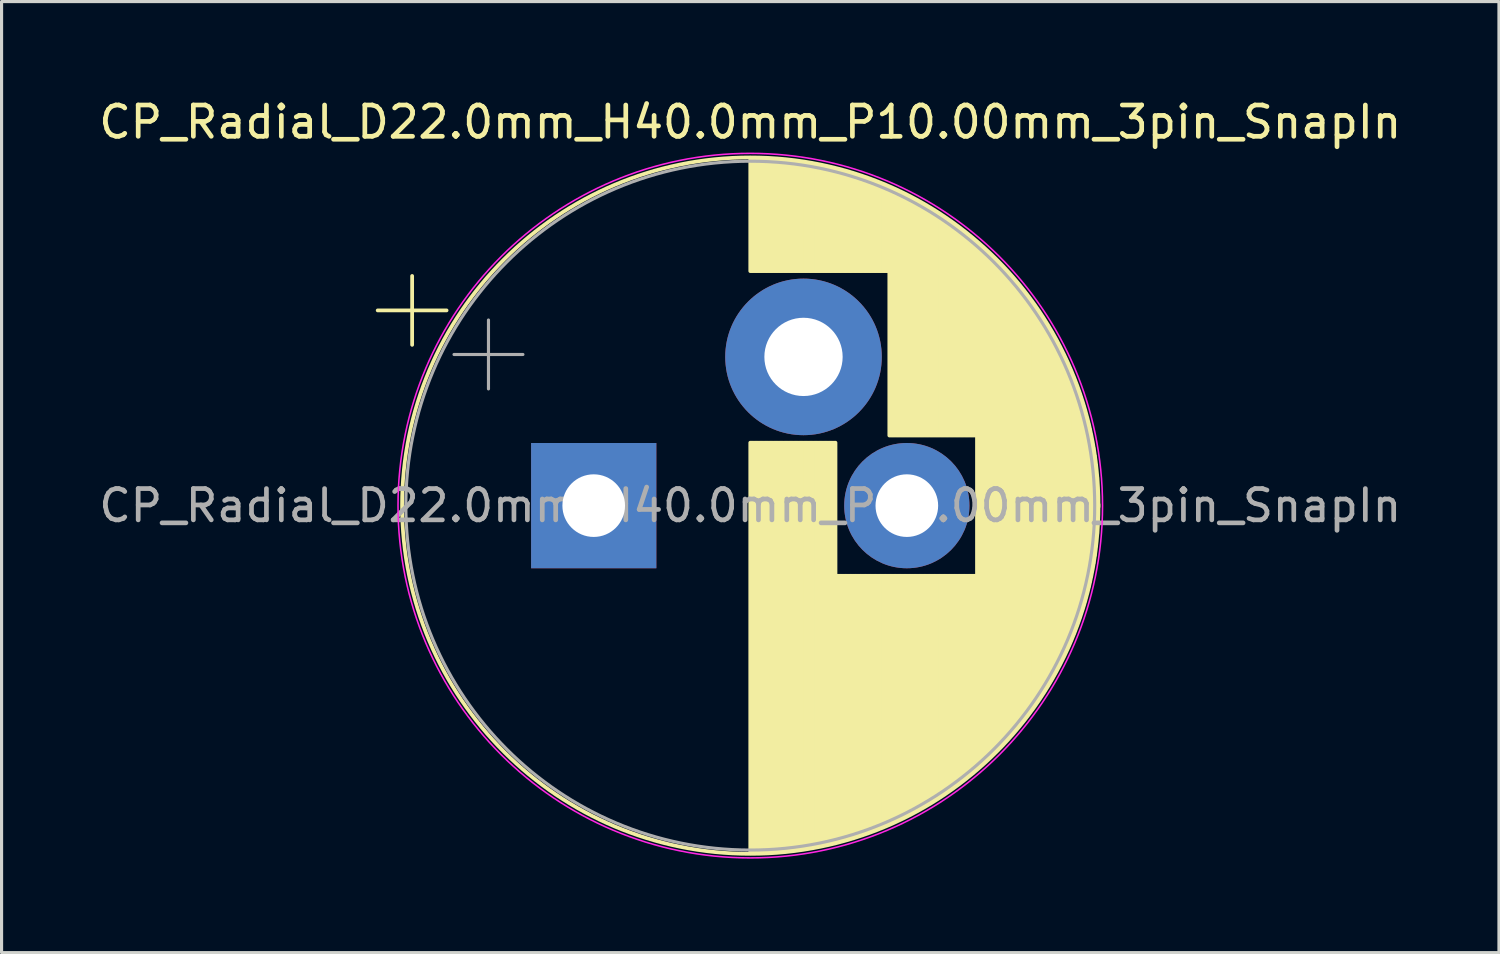
<source format=kicad_pcb>
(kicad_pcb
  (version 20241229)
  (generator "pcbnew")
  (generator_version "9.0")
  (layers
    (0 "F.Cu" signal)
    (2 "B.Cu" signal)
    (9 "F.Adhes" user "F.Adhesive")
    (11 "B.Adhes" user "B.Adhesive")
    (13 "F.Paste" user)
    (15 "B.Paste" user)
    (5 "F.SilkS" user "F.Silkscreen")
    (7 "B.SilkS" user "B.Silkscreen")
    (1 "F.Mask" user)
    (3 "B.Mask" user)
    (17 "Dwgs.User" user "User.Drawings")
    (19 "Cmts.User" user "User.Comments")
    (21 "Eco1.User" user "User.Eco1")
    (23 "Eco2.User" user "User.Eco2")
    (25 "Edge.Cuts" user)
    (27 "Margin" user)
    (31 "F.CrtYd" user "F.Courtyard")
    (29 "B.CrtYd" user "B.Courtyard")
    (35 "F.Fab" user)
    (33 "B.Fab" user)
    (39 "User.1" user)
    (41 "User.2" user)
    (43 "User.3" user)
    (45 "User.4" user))
  (footprint "CP_Radial_D22.0mm_H40.0mm_P10.00mm_3pin_SnapIn"
    (layer "F.Cu")
    (at 15.911 13.098)
    (property "Reference" "CP_Radial_D22.0mm_H40.0mm_P10.00mm_3pin_SnapIn" (at 5 -12.25 0) (layer "F.SilkS") (effects (font (size 1 1) (thickness 0.15))))
    (attr through_hole)
    (fp_line (start -6.899 -6.235) (end -4.699 -6.235) (stroke (width 0.12) (type solid)) (layer "F.SilkS"))
    (fp_line (start -5.799 -7.335) (end -5.799 -5.135) (stroke (width 0.12) (type solid)) (layer "F.SilkS"))
    (fp_line (start 5 -11.081) (end 5 -7.49) (stroke (width 0.12) (type solid)) (layer "F.SilkS"))
    (fp_line (start 5 -2.01) (end 5 11.081) (stroke (width 0.12) (type solid)) (layer "F.SilkS"))
    (fp_line (start 5.04 -11.08) (end 5.04 -7.49) (stroke (width 0.12) (type solid)) (layer "F.SilkS"))
    (fp_line (start 5.04 -2.01) (end 5.04 11.08) (stroke (width 0.12) (type solid)) (layer "F.SilkS"))
    (fp_line (start 5.08 -11.08) (end 5.08 -7.49) (stroke (width 0.12) (type solid)) (layer "F.SilkS"))
    (fp_line (start 5.08 -2.01) (end 5.08 11.08) (stroke (width 0.12) (type solid)) (layer "F.SilkS"))
    (fp_line (start 5.12 -11.08) (end 5.12 -7.49) (stroke (width 0.12) (type solid)) (layer "F.SilkS"))
    (fp_line (start 5.12 -2.01) (end 5.12 11.08) (stroke (width 0.12) (type solid)) (layer "F.SilkS"))
    (fp_line (start 5.16 -11.079) (end 5.16 -7.49) (stroke (width 0.12) (type solid)) (layer "F.SilkS"))
    (fp_line (start 5.16 -2.01) (end 5.16 11.079) (stroke (width 0.12) (type solid)) (layer "F.SilkS"))
    (fp_line (start 5.2 -11.079) (end 5.2 -7.49) (stroke (width 0.12) (type solid)) (layer "F.SilkS"))
    (fp_line (start 5.2 -2.01) (end 5.2 11.079) (stroke (width 0.12) (type solid)) (layer "F.SilkS"))
    (fp_line (start 5.24 -11.078) (end 5.24 -7.49) (stroke (width 0.12) (type solid)) (layer "F.SilkS"))
    (fp_line (start 5.24 -2.01) (end 5.24 11.078) (stroke (width 0.12) (type solid)) (layer "F.SilkS"))
    (fp_line (start 5.28 -11.077) (end 5.28 -7.49) (stroke (width 0.12) (type solid)) (layer "F.SilkS"))
    (fp_line (start 5.28 -2.01) (end 5.28 11.077) (stroke (width 0.12) (type solid)) (layer "F.SilkS"))
    (fp_line (start 5.32 -11.076) (end 5.32 -7.49) (stroke (width 0.12) (type solid)) (layer "F.SilkS"))
    (fp_line (start 5.32 -2.01) (end 5.32 11.076) (stroke (width 0.12) (type solid)) (layer "F.SilkS"))
    (fp_line (start 5.36 -11.075) (end 5.36 -7.49) (stroke (width 0.12) (type solid)) (layer "F.SilkS"))
    (fp_line (start 5.36 -2.01) (end 5.36 11.075) (stroke (width 0.12) (type solid)) (layer "F.SilkS"))
    (fp_line (start 5.4 -11.073) (end 5.4 -7.49) (stroke (width 0.12) (type solid)) (layer "F.SilkS"))
    (fp_line (start 5.4 -2.01) (end 5.4 11.073) (stroke (width 0.12) (type solid)) (layer "F.SilkS"))
    (fp_line (start 5.44 -11.072) (end 5.44 -7.49) (stroke (width 0.12) (type solid)) (layer "F.SilkS"))
    (fp_line (start 5.44 -2.01) (end 5.44 11.072) (stroke (width 0.12) (type solid)) (layer "F.SilkS"))
    (fp_line (start 5.48 -11.07) (end 5.48 -7.49) (stroke (width 0.12) (type solid)) (layer "F.SilkS"))
    (fp_line (start 5.48 -2.01) (end 5.48 11.07) (stroke (width 0.12) (type solid)) (layer "F.SilkS"))
    (fp_line (start 5.52 -11.068) (end 5.52 -7.49) (stroke (width 0.12) (type solid)) (layer "F.SilkS"))
    (fp_line (start 5.52 -2.01) (end 5.52 11.068) (stroke (width 0.12) (type solid)) (layer "F.SilkS"))
    (fp_line (start 5.56 -11.066) (end 5.56 -7.49) (stroke (width 0.12) (type solid)) (layer "F.SilkS"))
    (fp_line (start 5.56 -2.01) (end 5.56 11.066) (stroke (width 0.12) (type solid)) (layer "F.SilkS"))
    (fp_line (start 5.6 -11.064) (end 5.6 -7.49) (stroke (width 0.12) (type solid)) (layer "F.SilkS"))
    (fp_line (start 5.6 -2.01) (end 5.6 11.064) (stroke (width 0.12) (type solid)) (layer "F.SilkS"))
    (fp_line (start 5.64 -11.062) (end 5.64 -7.49) (stroke (width 0.12) (type solid)) (layer "F.SilkS"))
    (fp_line (start 5.64 -2.01) (end 5.64 11.062) (stroke (width 0.12) (type solid)) (layer "F.SilkS"))
    (fp_line (start 5.68 -11.06) (end 5.68 -7.49) (stroke (width 0.12) (type solid)) (layer "F.SilkS"))
    (fp_line (start 5.68 -2.01) (end 5.68 11.06) (stroke (width 0.12) (type solid)) (layer "F.SilkS"))
    (fp_line (start 5.721 -11.057) (end 5.721 -7.49) (stroke (width 0.12) (type solid)) (layer "F.SilkS"))
    (fp_line (start 5.721 -2.01) (end 5.721 11.057) (stroke (width 0.12) (type solid)) (layer "F.SilkS"))
    (fp_line (start 5.761 -11.054) (end 5.761 -7.49) (stroke (width 0.12) (type solid)) (layer "F.SilkS"))
    (fp_line (start 5.761 -2.01) (end 5.761 11.054) (stroke (width 0.12) (type solid)) (layer "F.SilkS"))
    (fp_line (start 5.801 -11.052) (end 5.801 -7.49) (stroke (width 0.12) (type solid)) (layer "F.SilkS"))
    (fp_line (start 5.801 -2.01) (end 5.801 11.052) (stroke (width 0.12) (type solid)) (layer "F.SilkS"))
    (fp_line (start 5.841 -11.049) (end 5.841 -7.49) (stroke (width 0.12) (type solid)) (layer "F.SilkS"))
    (fp_line (start 5.841 -2.01) (end 5.841 11.049) (stroke (width 0.12) (type solid)) (layer "F.SilkS"))
    (fp_line (start 5.881 -11.046) (end 5.881 -7.49) (stroke (width 0.12) (type solid)) (layer "F.SilkS"))
    (fp_line (start 5.881 -2.01) (end 5.881 11.046) (stroke (width 0.12) (type solid)) (layer "F.SilkS"))
    (fp_line (start 5.921 -11.042) (end 5.921 -7.49) (stroke (width 0.12) (type solid)) (layer "F.SilkS"))
    (fp_line (start 5.921 -2.01) (end 5.921 11.042) (stroke (width 0.12) (type solid)) (layer "F.SilkS"))
    (fp_line (start 5.961 -11.039) (end 5.961 -7.49) (stroke (width 0.12) (type solid)) (layer "F.SilkS"))
    (fp_line (start 5.961 -2.01) (end 5.961 11.039) (stroke (width 0.12) (type solid)) (layer "F.SilkS"))
    (fp_line (start 6.001 -11.035) (end 6.001 -7.49) (stroke (width 0.12) (type solid)) (layer "F.SilkS"))
    (fp_line (start 6.001 -2.01) (end 6.001 11.035) (stroke (width 0.12) (type solid)) (layer "F.SilkS"))
    (fp_line (start 6.041 -11.032) (end 6.041 -7.49) (stroke (width 0.12) (type solid)) (layer "F.SilkS"))
    (fp_line (start 6.041 -2.01) (end 6.041 11.032) (stroke (width 0.12) (type solid)) (layer "F.SilkS"))
    (fp_line (start 6.081 -11.028) (end 6.081 -7.49) (stroke (width 0.12) (type solid)) (layer "F.SilkS"))
    (fp_line (start 6.081 -2.01) (end 6.081 11.028) (stroke (width 0.12) (type solid)) (layer "F.SilkS"))
    (fp_line (start 6.121 -11.024) (end 6.121 -7.49) (stroke (width 0.12) (type solid)) (layer "F.SilkS"))
    (fp_line (start 6.121 -2.01) (end 6.121 11.024) (stroke (width 0.12) (type solid)) (layer "F.SilkS"))
    (fp_line (start 6.161 -11.02) (end 6.161 -7.49) (stroke (width 0.12) (type solid)) (layer "F.SilkS"))
    (fp_line (start 6.161 -2.01) (end 6.161 11.02) (stroke (width 0.12) (type solid)) (layer "F.SilkS"))
    (fp_line (start 6.201 -11.016) (end 6.201 -7.49) (stroke (width 0.12) (type solid)) (layer "F.SilkS"))
    (fp_line (start 6.201 -2.01) (end 6.201 11.016) (stroke (width 0.12) (type solid)) (layer "F.SilkS"))
    (fp_line (start 6.241 -11.011) (end 6.241 -7.49) (stroke (width 0.12) (type solid)) (layer "F.SilkS"))
    (fp_line (start 6.241 -2.01) (end 6.241 11.011) (stroke (width 0.12) (type solid)) (layer "F.SilkS"))
    (fp_line (start 6.281 -11.007) (end 6.281 -7.49) (stroke (width 0.12) (type solid)) (layer "F.SilkS"))
    (fp_line (start 6.281 -2.01) (end 6.281 11.007) (stroke (width 0.12) (type solid)) (layer "F.SilkS"))
    (fp_line (start 6.321 -11.002) (end 6.321 -7.49) (stroke (width 0.12) (type solid)) (layer "F.SilkS"))
    (fp_line (start 6.321 -2.01) (end 6.321 11.002) (stroke (width 0.12) (type solid)) (layer "F.SilkS"))
    (fp_line (start 6.361 -10.997) (end 6.361 -7.49) (stroke (width 0.12) (type solid)) (layer "F.SilkS"))
    (fp_line (start 6.361 -2.01) (end 6.361 10.997) (stroke (width 0.12) (type solid)) (layer "F.SilkS"))
    (fp_line (start 6.401 -10.992) (end 6.401 -7.49) (stroke (width 0.12) (type solid)) (layer "F.SilkS"))
    (fp_line (start 6.401 -2.01) (end 6.401 10.992) (stroke (width 0.12) (type solid)) (layer "F.SilkS"))
    (fp_line (start 6.441 -10.987) (end 6.441 -7.49) (stroke (width 0.12) (type solid)) (layer "F.SilkS"))
    (fp_line (start 6.441 -2.01) (end 6.441 10.987) (stroke (width 0.12) (type solid)) (layer "F.SilkS"))
    (fp_line (start 6.481 -10.982) (end 6.481 -7.49) (stroke (width 0.12) (type solid)) (layer "F.SilkS"))
    (fp_line (start 6.481 -2.01) (end 6.481 10.982) (stroke (width 0.12) (type solid)) (layer "F.SilkS"))
    (fp_line (start 6.521 -10.976) (end 6.521 -7.49) (stroke (width 0.12) (type solid)) (layer "F.SilkS"))
    (fp_line (start 6.521 -2.01) (end 6.521 10.976) (stroke (width 0.12) (type solid)) (layer "F.SilkS"))
    (fp_line (start 6.561 -10.971) (end 6.561 -7.49) (stroke (width 0.12) (type solid)) (layer "F.SilkS"))
    (fp_line (start 6.561 -2.01) (end 6.561 10.971) (stroke (width 0.12) (type solid)) (layer "F.SilkS"))
    (fp_line (start 6.601 -10.965) (end 6.601 -7.49) (stroke (width 0.12) (type solid)) (layer "F.SilkS"))
    (fp_line (start 6.601 -2.01) (end 6.601 10.965) (stroke (width 0.12) (type solid)) (layer "F.SilkS"))
    (fp_line (start 6.641 -10.959) (end 6.641 -7.49) (stroke (width 0.12) (type solid)) (layer "F.SilkS"))
    (fp_line (start 6.641 -2.01) (end 6.641 10.959) (stroke (width 0.12) (type solid)) (layer "F.SilkS"))
    (fp_line (start 6.681 -10.953) (end 6.681 -7.49) (stroke (width 0.12) (type solid)) (layer "F.SilkS"))
    (fp_line (start 6.681 -2.01) (end 6.681 10.953) (stroke (width 0.12) (type solid)) (layer "F.SilkS"))
    (fp_line (start 6.721 -10.947) (end 6.721 -7.49) (stroke (width 0.12) (type solid)) (layer "F.SilkS"))
    (fp_line (start 6.721 -2.01) (end 6.721 10.947) (stroke (width 0.12) (type solid)) (layer "F.SilkS"))
    (fp_line (start 6.761 -10.94) (end 6.761 -7.49) (stroke (width 0.12) (type solid)) (layer "F.SilkS"))
    (fp_line (start 6.761 -2.01) (end 6.761 10.94) (stroke (width 0.12) (type solid)) (layer "F.SilkS"))
    (fp_line (start 6.801 -10.934) (end 6.801 -7.49) (stroke (width 0.12) (type solid)) (layer "F.SilkS"))
    (fp_line (start 6.801 -2.01) (end 6.801 10.934) (stroke (width 0.12) (type solid)) (layer "F.SilkS"))
    (fp_line (start 6.841 -10.927) (end 6.841 -7.49) (stroke (width 0.12) (type solid)) (layer "F.SilkS"))
    (fp_line (start 6.841 -2.01) (end 6.841 10.927) (stroke (width 0.12) (type solid)) (layer "F.SilkS"))
    (fp_line (start 6.881 -10.92) (end 6.881 -7.49) (stroke (width 0.12) (type solid)) (layer "F.SilkS"))
    (fp_line (start 6.881 -2.01) (end 6.881 10.92) (stroke (width 0.12) (type solid)) (layer "F.SilkS"))
    (fp_line (start 6.921 -10.913) (end 6.921 -7.49) (stroke (width 0.12) (type solid)) (layer "F.SilkS"))
    (fp_line (start 6.921 -2.01) (end 6.921 10.913) (stroke (width 0.12) (type solid)) (layer "F.SilkS"))
    (fp_line (start 6.961 -10.906) (end 6.961 -7.49) (stroke (width 0.12) (type solid)) (layer "F.SilkS"))
    (fp_line (start 6.961 -2.01) (end 6.961 10.906) (stroke (width 0.12) (type solid)) (layer "F.SilkS"))
    (fp_line (start 7.001 -10.899) (end 7.001 -7.49) (stroke (width 0.12) (type solid)) (layer "F.SilkS"))
    (fp_line (start 7.001 -2.01) (end 7.001 10.899) (stroke (width 0.12) (type solid)) (layer "F.SilkS"))
    (fp_line (start 7.041 -10.892) (end 7.041 -7.49) (stroke (width 0.12) (type solid)) (layer "F.SilkS"))
    (fp_line (start 7.041 -2.01) (end 7.041 10.892) (stroke (width 0.12) (type solid)) (layer "F.SilkS"))
    (fp_line (start 7.081 -10.884) (end 7.081 -7.49) (stroke (width 0.12) (type solid)) (layer "F.SilkS"))
    (fp_line (start 7.081 -2.01) (end 7.081 10.884) (stroke (width 0.12) (type solid)) (layer "F.SilkS"))
    (fp_line (start 7.121 -10.877) (end 7.121 -7.49) (stroke (width 0.12) (type solid)) (layer "F.SilkS"))
    (fp_line (start 7.121 -2.01) (end 7.121 10.877) (stroke (width 0.12) (type solid)) (layer "F.SilkS"))
    (fp_line (start 7.161 -10.869) (end 7.161 -7.49) (stroke (width 0.12) (type solid)) (layer "F.SilkS"))
    (fp_line (start 7.161 -2.01) (end 7.161 10.869) (stroke (width 0.12) (type solid)) (layer "F.SilkS"))
    (fp_line (start 7.201 -10.861) (end 7.201 -7.49) (stroke (width 0.12) (type solid)) (layer "F.SilkS"))
    (fp_line (start 7.201 -2.01) (end 7.201 10.861) (stroke (width 0.12) (type solid)) (layer "F.SilkS"))
    (fp_line (start 7.241 -10.853) (end 7.241 -7.49) (stroke (width 0.12) (type solid)) (layer "F.SilkS"))
    (fp_line (start 7.241 -2.01) (end 7.241 10.853) (stroke (width 0.12) (type solid)) (layer "F.SilkS"))
    (fp_line (start 7.281 -10.844) (end 7.281 -7.49) (stroke (width 0.12) (type solid)) (layer "F.SilkS"))
    (fp_line (start 7.281 -2.01) (end 7.281 10.844) (stroke (width 0.12) (type solid)) (layer "F.SilkS"))
    (fp_line (start 7.321 -10.836) (end 7.321 -7.49) (stroke (width 0.12) (type solid)) (layer "F.SilkS"))
    (fp_line (start 7.321 -2.01) (end 7.321 10.836) (stroke (width 0.12) (type solid)) (layer "F.SilkS"))
    (fp_line (start 7.361 -10.827) (end 7.361 -7.49) (stroke (width 0.12) (type solid)) (layer "F.SilkS"))
    (fp_line (start 7.361 -2.01) (end 7.361 10.827) (stroke (width 0.12) (type solid)) (layer "F.SilkS"))
    (fp_line (start 7.401 -10.818) (end 7.401 -7.49) (stroke (width 0.12) (type solid)) (layer "F.SilkS"))
    (fp_line (start 7.401 -2.01) (end 7.401 10.818) (stroke (width 0.12) (type solid)) (layer "F.SilkS"))
    (fp_line (start 7.441 -10.809) (end 7.441 -7.49) (stroke (width 0.12) (type solid)) (layer "F.SilkS"))
    (fp_line (start 7.441 -2.01) (end 7.441 10.809) (stroke (width 0.12) (type solid)) (layer "F.SilkS"))
    (fp_line (start 7.481 -10.8) (end 7.481 -7.49) (stroke (width 0.12) (type solid)) (layer "F.SilkS"))
    (fp_line (start 7.481 -2.01) (end 7.481 10.8) (stroke (width 0.12) (type solid)) (layer "F.SilkS"))
    (fp_line (start 7.521 -10.791) (end 7.521 -7.49) (stroke (width 0.12) (type solid)) (layer "F.SilkS"))
    (fp_line (start 7.521 -2.01) (end 7.521 10.791) (stroke (width 0.12) (type solid)) (layer "F.SilkS"))
    (fp_line (start 7.561 -10.782) (end 7.561 -7.49) (stroke (width 0.12) (type solid)) (layer "F.SilkS"))
    (fp_line (start 7.561 -2.01) (end 7.561 10.782) (stroke (width 0.12) (type solid)) (layer "F.SilkS"))
    (fp_line (start 7.601 -10.772) (end 7.601 -7.49) (stroke (width 0.12) (type solid)) (layer "F.SilkS"))
    (fp_line (start 7.601 -2.01) (end 7.601 10.772) (stroke (width 0.12) (type solid)) (layer "F.SilkS"))
    (fp_line (start 7.641 -10.763) (end 7.641 -7.49) (stroke (width 0.12) (type solid)) (layer "F.SilkS"))
    (fp_line (start 7.641 -2.01) (end 7.641 10.763) (stroke (width 0.12) (type solid)) (layer "F.SilkS"))
    (fp_line (start 7.681 -10.753) (end 7.681 -7.49) (stroke (width 0.12) (type solid)) (layer "F.SilkS"))
    (fp_line (start 7.681 -2.01) (end 7.681 10.753) (stroke (width 0.12) (type solid)) (layer "F.SilkS"))
    (fp_line (start 7.721 -10.743) (end 7.721 -7.49) (stroke (width 0.12) (type solid)) (layer "F.SilkS"))
    (fp_line (start 7.721 -2.01) (end 7.721 10.743) (stroke (width 0.12) (type solid)) (layer "F.SilkS"))
    (fp_line (start 7.761 -10.733) (end 7.761 -7.49) (stroke (width 0.12) (type solid)) (layer "F.SilkS"))
    (fp_line (start 7.761 2.24) (end 7.761 10.733) (stroke (width 0.12) (type solid)) (layer "F.SilkS"))
    (fp_line (start 7.801 -10.722) (end 7.801 -7.49) (stroke (width 0.12) (type solid)) (layer "F.SilkS"))
    (fp_line (start 7.801 2.24) (end 7.801 10.722) (stroke (width 0.12) (type solid)) (layer "F.SilkS"))
    (fp_line (start 7.841 -10.712) (end 7.841 -7.49) (stroke (width 0.12) (type solid)) (layer "F.SilkS"))
    (fp_line (start 7.841 2.24) (end 7.841 10.712) (stroke (width 0.12) (type solid)) (layer "F.SilkS"))
    (fp_line (start 7.881 -10.701) (end 7.881 -7.49) (stroke (width 0.12) (type solid)) (layer "F.SilkS"))
    (fp_line (start 7.881 2.24) (end 7.881 10.701) (stroke (width 0.12) (type solid)) (layer "F.SilkS"))
    (fp_line (start 7.921 -10.69) (end 7.921 -7.49) (stroke (width 0.12) (type solid)) (layer "F.SilkS"))
    (fp_line (start 7.921 2.24) (end 7.921 10.69) (stroke (width 0.12) (type solid)) (layer "F.SilkS"))
    (fp_line (start 7.961 -10.679) (end 7.961 -7.49) (stroke (width 0.12) (type solid)) (layer "F.SilkS"))
    (fp_line (start 7.961 2.24) (end 7.961 10.679) (stroke (width 0.12) (type solid)) (layer "F.SilkS"))
    (fp_line (start 8.001 -10.668) (end 8.001 -7.49) (stroke (width 0.12) (type solid)) (layer "F.SilkS"))
    (fp_line (start 8.001 2.24) (end 8.001 10.668) (stroke (width 0.12) (type solid)) (layer "F.SilkS"))
    (fp_line (start 8.041 -10.657) (end 8.041 -7.49) (stroke (width 0.12) (type solid)) (layer "F.SilkS"))
    (fp_line (start 8.041 2.24) (end 8.041 10.657) (stroke (width 0.12) (type solid)) (layer "F.SilkS"))
    (fp_line (start 8.081 -10.645) (end 8.081 -7.49) (stroke (width 0.12) (type solid)) (layer "F.SilkS"))
    (fp_line (start 8.081 2.24) (end 8.081 10.645) (stroke (width 0.12) (type solid)) (layer "F.SilkS"))
    (fp_line (start 8.121 -10.634) (end 8.121 -7.49) (stroke (width 0.12) (type solid)) (layer "F.SilkS"))
    (fp_line (start 8.121 2.24) (end 8.121 10.634) (stroke (width 0.12) (type solid)) (layer "F.SilkS"))
    (fp_line (start 8.161 -10.622) (end 8.161 -7.49) (stroke (width 0.12) (type solid)) (layer "F.SilkS"))
    (fp_line (start 8.161 2.24) (end 8.161 10.622) (stroke (width 0.12) (type solid)) (layer "F.SilkS"))
    (fp_line (start 8.201 -10.61) (end 8.201 -7.49) (stroke (width 0.12) (type solid)) (layer "F.SilkS"))
    (fp_line (start 8.201 2.24) (end 8.201 10.61) (stroke (width 0.12) (type solid)) (layer "F.SilkS"))
    (fp_line (start 8.241 -10.598) (end 8.241 -7.49) (stroke (width 0.12) (type solid)) (layer "F.SilkS"))
    (fp_line (start 8.241 2.24) (end 8.241 10.598) (stroke (width 0.12) (type solid)) (layer "F.SilkS"))
    (fp_line (start 8.281 -10.586) (end 8.281 -7.49) (stroke (width 0.12) (type solid)) (layer "F.SilkS"))
    (fp_line (start 8.281 2.24) (end 8.281 10.586) (stroke (width 0.12) (type solid)) (layer "F.SilkS"))
    (fp_line (start 8.321 -10.573) (end 8.321 -7.49) (stroke (width 0.12) (type solid)) (layer "F.SilkS"))
    (fp_line (start 8.321 2.24) (end 8.321 10.573) (stroke (width 0.12) (type solid)) (layer "F.SilkS"))
    (fp_line (start 8.361 -10.561) (end 8.361 -7.49) (stroke (width 0.12) (type solid)) (layer "F.SilkS"))
    (fp_line (start 8.361 2.24) (end 8.361 10.561) (stroke (width 0.12) (type solid)) (layer "F.SilkS"))
    (fp_line (start 8.401 -10.548) (end 8.401 -7.49) (stroke (width 0.12) (type solid)) (layer "F.SilkS"))
    (fp_line (start 8.401 2.24) (end 8.401 10.548) (stroke (width 0.12) (type solid)) (layer "F.SilkS"))
    (fp_line (start 8.441 -10.535) (end 8.441 -7.49) (stroke (width 0.12) (type solid)) (layer "F.SilkS"))
    (fp_line (start 8.441 2.24) (end 8.441 10.535) (stroke (width 0.12) (type solid)) (layer "F.SilkS"))
    (fp_line (start 8.481 -10.522) (end 8.481 -7.49) (stroke (width 0.12) (type solid)) (layer "F.SilkS"))
    (fp_line (start 8.481 2.24) (end 8.481 10.522) (stroke (width 0.12) (type solid)) (layer "F.SilkS"))
    (fp_line (start 8.521 -10.509) (end 8.521 -7.49) (stroke (width 0.12) (type solid)) (layer "F.SilkS"))
    (fp_line (start 8.521 2.24) (end 8.521 10.509) (stroke (width 0.12) (type solid)) (layer "F.SilkS"))
    (fp_line (start 8.561 -10.495) (end 8.561 -7.49) (stroke (width 0.12) (type solid)) (layer "F.SilkS"))
    (fp_line (start 8.561 2.24) (end 8.561 10.495) (stroke (width 0.12) (type solid)) (layer "F.SilkS"))
    (fp_line (start 8.601 -10.482) (end 8.601 -7.49) (stroke (width 0.12) (type solid)) (layer "F.SilkS"))
    (fp_line (start 8.601 2.24) (end 8.601 10.482) (stroke (width 0.12) (type solid)) (layer "F.SilkS"))
    (fp_line (start 8.641 -10.468) (end 8.641 -7.49) (stroke (width 0.12) (type solid)) (layer "F.SilkS"))
    (fp_line (start 8.641 2.24) (end 8.641 10.468) (stroke (width 0.12) (type solid)) (layer "F.SilkS"))
    (fp_line (start 8.681 -10.454) (end 8.681 -7.49) (stroke (width 0.12) (type solid)) (layer "F.SilkS"))
    (fp_line (start 8.681 2.24) (end 8.681 10.454) (stroke (width 0.12) (type solid)) (layer "F.SilkS"))
    (fp_line (start 8.721 -10.44) (end 8.721 -7.49) (stroke (width 0.12) (type solid)) (layer "F.SilkS"))
    (fp_line (start 8.721 2.24) (end 8.721 10.44) (stroke (width 0.12) (type solid)) (layer "F.SilkS"))
    (fp_line (start 8.761 -10.426) (end 8.761 -7.49) (stroke (width 0.12) (type solid)) (layer "F.SilkS"))
    (fp_line (start 8.761 2.24) (end 8.761 10.426) (stroke (width 0.12) (type solid)) (layer "F.SilkS"))
    (fp_line (start 8.801 -10.411) (end 8.801 -7.49) (stroke (width 0.12) (type solid)) (layer "F.SilkS"))
    (fp_line (start 8.801 2.24) (end 8.801 10.411) (stroke (width 0.12) (type solid)) (layer "F.SilkS"))
    (fp_line (start 8.841 -10.396) (end 8.841 -7.49) (stroke (width 0.12) (type solid)) (layer "F.SilkS"))
    (fp_line (start 8.841 2.24) (end 8.841 10.396) (stroke (width 0.12) (type solid)) (layer "F.SilkS"))
    (fp_line (start 8.881 -10.382) (end 8.881 -7.49) (stroke (width 0.12) (type solid)) (layer "F.SilkS"))
    (fp_line (start 8.881 2.24) (end 8.881 10.382) (stroke (width 0.12) (type solid)) (layer "F.SilkS"))
    (fp_line (start 8.921 -10.367) (end 8.921 -7.49) (stroke (width 0.12) (type solid)) (layer "F.SilkS"))
    (fp_line (start 8.921 2.24) (end 8.921 10.367) (stroke (width 0.12) (type solid)) (layer "F.SilkS"))
    (fp_line (start 8.961 -10.351) (end 8.961 -7.49) (stroke (width 0.12) (type solid)) (layer "F.SilkS"))
    (fp_line (start 8.961 2.24) (end 8.961 10.351) (stroke (width 0.12) (type solid)) (layer "F.SilkS"))
    (fp_line (start 9.001 -10.336) (end 9.001 -7.49) (stroke (width 0.12) (type solid)) (layer "F.SilkS"))
    (fp_line (start 9.001 2.24) (end 9.001 10.336) (stroke (width 0.12) (type solid)) (layer "F.SilkS"))
    (fp_line (start 9.041 -10.321) (end 9.041 -7.49) (stroke (width 0.12) (type solid)) (layer "F.SilkS"))
    (fp_line (start 9.041 2.24) (end 9.041 10.321) (stroke (width 0.12) (type solid)) (layer "F.SilkS"))
    (fp_line (start 9.081 -10.305) (end 9.081 -7.49) (stroke (width 0.12) (type solid)) (layer "F.SilkS"))
    (fp_line (start 9.081 2.24) (end 9.081 10.305) (stroke (width 0.12) (type solid)) (layer "F.SilkS"))
    (fp_line (start 9.121 -10.289) (end 9.121 -7.49) (stroke (width 0.12) (type solid)) (layer "F.SilkS"))
    (fp_line (start 9.121 2.24) (end 9.121 10.289) (stroke (width 0.12) (type solid)) (layer "F.SilkS"))
    (fp_line (start 9.161 -10.273) (end 9.161 -7.49) (stroke (width 0.12) (type solid)) (layer "F.SilkS"))
    (fp_line (start 9.161 2.24) (end 9.161 10.273) (stroke (width 0.12) (type solid)) (layer "F.SilkS"))
    (fp_line (start 9.201 -10.257) (end 9.201 -7.49) (stroke (width 0.12) (type solid)) (layer "F.SilkS"))
    (fp_line (start 9.201 2.24) (end 9.201 10.257) (stroke (width 0.12) (type solid)) (layer "F.SilkS"))
    (fp_line (start 9.241 -10.24) (end 9.241 -7.49) (stroke (width 0.12) (type solid)) (layer "F.SilkS"))
    (fp_line (start 9.241 2.24) (end 9.241 10.24) (stroke (width 0.12) (type solid)) (layer "F.SilkS"))
    (fp_line (start 9.281 -10.224) (end 9.281 -7.49) (stroke (width 0.12) (type solid)) (layer "F.SilkS"))
    (fp_line (start 9.281 2.24) (end 9.281 10.224) (stroke (width 0.12) (type solid)) (layer "F.SilkS"))
    (fp_line (start 9.321 -10.207) (end 9.321 -7.49) (stroke (width 0.12) (type solid)) (layer "F.SilkS"))
    (fp_line (start 9.321 2.24) (end 9.321 10.207) (stroke (width 0.12) (type solid)) (layer "F.SilkS"))
    (fp_line (start 9.361 -10.19) (end 9.361 -7.49) (stroke (width 0.12) (type solid)) (layer "F.SilkS"))
    (fp_line (start 9.361 2.24) (end 9.361 10.19) (stroke (width 0.12) (type solid)) (layer "F.SilkS"))
    (fp_line (start 9.401 -10.173) (end 9.401 -7.49) (stroke (width 0.12) (type solid)) (layer "F.SilkS"))
    (fp_line (start 9.401 2.24) (end 9.401 10.173) (stroke (width 0.12) (type solid)) (layer "F.SilkS"))
    (fp_line (start 9.441 -10.156) (end 9.441 -2.24) (stroke (width 0.12) (type solid)) (layer "F.SilkS"))
    (fp_line (start 9.441 2.24) (end 9.441 10.156) (stroke (width 0.12) (type solid)) (layer "F.SilkS"))
    (fp_line (start 9.481 -10.138) (end 9.481 -2.24) (stroke (width 0.12) (type solid)) (layer "F.SilkS"))
    (fp_line (start 9.481 2.24) (end 9.481 10.138) (stroke (width 0.12) (type solid)) (layer "F.SilkS"))
    (fp_line (start 9.521 -10.12) (end 9.521 -2.24) (stroke (width 0.12) (type solid)) (layer "F.SilkS"))
    (fp_line (start 9.521 2.24) (end 9.521 10.12) (stroke (width 0.12) (type solid)) (layer "F.SilkS"))
    (fp_line (start 9.561 -10.103) (end 9.561 -2.24) (stroke (width 0.12) (type solid)) (layer "F.SilkS"))
    (fp_line (start 9.561 2.24) (end 9.561 10.103) (stroke (width 0.12) (type solid)) (layer "F.SilkS"))
    (fp_line (start 9.601 -10.084) (end 9.601 -2.24) (stroke (width 0.12) (type solid)) (layer "F.SilkS"))
    (fp_line (start 9.601 2.24) (end 9.601 10.084) (stroke (width 0.12) (type solid)) (layer "F.SilkS"))
    (fp_line (start 9.641 -10.066) (end 9.641 -2.24) (stroke (width 0.12) (type solid)) (layer "F.SilkS"))
    (fp_line (start 9.641 2.24) (end 9.641 10.066) (stroke (width 0.12) (type solid)) (layer "F.SilkS"))
    (fp_line (start 9.681 -10.048) (end 9.681 -2.24) (stroke (width 0.12) (type solid)) (layer "F.SilkS"))
    (fp_line (start 9.681 2.24) (end 9.681 10.048) (stroke (width 0.12) (type solid)) (layer "F.SilkS"))
    (fp_line (start 9.721 -10.029) (end 9.721 -2.24) (stroke (width 0.12) (type solid)) (layer "F.SilkS"))
    (fp_line (start 9.721 2.24) (end 9.721 10.029) (stroke (width 0.12) (type solid)) (layer "F.SilkS"))
    (fp_line (start 9.761 -10.01) (end 9.761 -2.24) (stroke (width 0.12) (type solid)) (layer "F.SilkS"))
    (fp_line (start 9.761 2.24) (end 9.761 10.01) (stroke (width 0.12) (type solid)) (layer "F.SilkS"))
    (fp_line (start 9.801 -9.991) (end 9.801 -2.24) (stroke (width 0.12) (type solid)) (layer "F.SilkS"))
    (fp_line (start 9.801 2.24) (end 9.801 9.991) (stroke (width 0.12) (type solid)) (layer "F.SilkS"))
    (fp_line (start 9.841 -9.972) (end 9.841 -2.24) (stroke (width 0.12) (type solid)) (layer "F.SilkS"))
    (fp_line (start 9.841 2.24) (end 9.841 9.972) (stroke (width 0.12) (type solid)) (layer "F.SilkS"))
    (fp_line (start 9.881 -9.952) (end 9.881 -2.24) (stroke (width 0.12) (type solid)) (layer "F.SilkS"))
    (fp_line (start 9.881 2.24) (end 9.881 9.952) (stroke (width 0.12) (type solid)) (layer "F.SilkS"))
    (fp_line (start 9.921 -9.933) (end 9.921 -2.24) (stroke (width 0.12) (type solid)) (layer "F.SilkS"))
    (fp_line (start 9.921 2.24) (end 9.921 9.933) (stroke (width 0.12) (type solid)) (layer "F.SilkS"))
    (fp_line (start 9.961 -9.913) (end 9.961 -2.24) (stroke (width 0.12) (type solid)) (layer "F.SilkS"))
    (fp_line (start 9.961 2.24) (end 9.961 9.913) (stroke (width 0.12) (type solid)) (layer "F.SilkS"))
    (fp_line (start 10.001 -9.893) (end 10.001 -2.24) (stroke (width 0.12) (type solid)) (layer "F.SilkS"))
    (fp_line (start 10.001 2.24) (end 10.001 9.893) (stroke (width 0.12) (type solid)) (layer "F.SilkS"))
    (fp_line (start 10.041 -9.873) (end 10.041 -2.24) (stroke (width 0.12) (type solid)) (layer "F.SilkS"))
    (fp_line (start 10.041 2.24) (end 10.041 9.873) (stroke (width 0.12) (type solid)) (layer "F.SilkS"))
    (fp_line (start 10.081 -9.852) (end 10.081 -2.24) (stroke (width 0.12) (type solid)) (layer "F.SilkS"))
    (fp_line (start 10.081 2.24) (end 10.081 9.852) (stroke (width 0.12) (type solid)) (layer "F.SilkS"))
    (fp_line (start 10.121 -9.832) (end 10.121 -2.24) (stroke (width 0.12) (type solid)) (layer "F.SilkS"))
    (fp_line (start 10.121 2.24) (end 10.121 9.832) (stroke (width 0.12) (type solid)) (layer "F.SilkS"))
    (fp_line (start 10.161 -9.811) (end 10.161 -2.24) (stroke (width 0.12) (type solid)) (layer "F.SilkS"))
    (fp_line (start 10.161 2.24) (end 10.161 9.811) (stroke (width 0.12) (type solid)) (layer "F.SilkS"))
    (fp_line (start 10.201 -9.79) (end 10.201 -2.24) (stroke (width 0.12) (type solid)) (layer "F.SilkS"))
    (fp_line (start 10.201 2.24) (end 10.201 9.79) (stroke (width 0.12) (type solid)) (layer "F.SilkS"))
    (fp_line (start 10.241 -9.768) (end 10.241 -2.24) (stroke (width 0.12) (type solid)) (layer "F.SilkS"))
    (fp_line (start 10.241 2.24) (end 10.241 9.768) (stroke (width 0.12) (type solid)) (layer "F.SilkS"))
    (fp_line (start 10.281 -9.747) (end 10.281 -2.24) (stroke (width 0.12) (type solid)) (layer "F.SilkS"))
    (fp_line (start 10.281 2.24) (end 10.281 9.747) (stroke (width 0.12) (type solid)) (layer "F.SilkS"))
    (fp_line (start 10.321 -9.725) (end 10.321 -2.24) (stroke (width 0.12) (type solid)) (layer "F.SilkS"))
    (fp_line (start 10.321 2.24) (end 10.321 9.725) (stroke (width 0.12) (type solid)) (layer "F.SilkS"))
    (fp_line (start 10.361 -9.703) (end 10.361 -2.24) (stroke (width 0.12) (type solid)) (layer "F.SilkS"))
    (fp_line (start 10.361 2.24) (end 10.361 9.703) (stroke (width 0.12) (type solid)) (layer "F.SilkS"))
    (fp_line (start 10.401 -9.681) (end 10.401 -2.24) (stroke (width 0.12) (type solid)) (layer "F.SilkS"))
    (fp_line (start 10.401 2.24) (end 10.401 9.681) (stroke (width 0.12) (type solid)) (layer "F.SilkS"))
    (fp_line (start 10.441 -9.659) (end 10.441 -2.24) (stroke (width 0.12) (type solid)) (layer "F.SilkS"))
    (fp_line (start 10.441 2.24) (end 10.441 9.659) (stroke (width 0.12) (type solid)) (layer "F.SilkS"))
    (fp_line (start 10.481 -9.636) (end 10.481 -2.24) (stroke (width 0.12) (type solid)) (layer "F.SilkS"))
    (fp_line (start 10.481 2.24) (end 10.481 9.636) (stroke (width 0.12) (type solid)) (layer "F.SilkS"))
    (fp_line (start 10.521 -9.614) (end 10.521 -2.24) (stroke (width 0.12) (type solid)) (layer "F.SilkS"))
    (fp_line (start 10.521 2.24) (end 10.521 9.614) (stroke (width 0.12) (type solid)) (layer "F.SilkS"))
    (fp_line (start 10.561 -9.591) (end 10.561 -2.24) (stroke (width 0.12) (type solid)) (layer "F.SilkS"))
    (fp_line (start 10.561 2.24) (end 10.561 9.591) (stroke (width 0.12) (type solid)) (layer "F.SilkS"))
    (fp_line (start 10.601 -9.567) (end 10.601 -2.24) (stroke (width 0.12) (type solid)) (layer "F.SilkS"))
    (fp_line (start 10.601 2.24) (end 10.601 9.567) (stroke (width 0.12) (type solid)) (layer "F.SilkS"))
    (fp_line (start 10.641 -9.544) (end 10.641 -2.24) (stroke (width 0.12) (type solid)) (layer "F.SilkS"))
    (fp_line (start 10.641 2.24) (end 10.641 9.544) (stroke (width 0.12) (type solid)) (layer "F.SilkS"))
    (fp_line (start 10.681 -9.52) (end 10.681 -2.24) (stroke (width 0.12) (type solid)) (layer "F.SilkS"))
    (fp_line (start 10.681 2.24) (end 10.681 9.52) (stroke (width 0.12) (type solid)) (layer "F.SilkS"))
    (fp_line (start 10.721 -9.497) (end 10.721 -2.24) (stroke (width 0.12) (type solid)) (layer "F.SilkS"))
    (fp_line (start 10.721 2.24) (end 10.721 9.497) (stroke (width 0.12) (type solid)) (layer "F.SilkS"))
    (fp_line (start 10.761 -9.472) (end 10.761 -2.24) (stroke (width 0.12) (type solid)) (layer "F.SilkS"))
    (fp_line (start 10.761 2.24) (end 10.761 9.472) (stroke (width 0.12) (type solid)) (layer "F.SilkS"))
    (fp_line (start 10.801 -9.448) (end 10.801 -2.24) (stroke (width 0.12) (type solid)) (layer "F.SilkS"))
    (fp_line (start 10.801 2.24) (end 10.801 9.448) (stroke (width 0.12) (type solid)) (layer "F.SilkS"))
    (fp_line (start 10.841 -9.424) (end 10.841 -2.24) (stroke (width 0.12) (type solid)) (layer "F.SilkS"))
    (fp_line (start 10.841 2.24) (end 10.841 9.424) (stroke (width 0.12) (type solid)) (layer "F.SilkS"))
    (fp_line (start 10.881 -9.399) (end 10.881 -2.24) (stroke (width 0.12) (type solid)) (layer "F.SilkS"))
    (fp_line (start 10.881 2.24) (end 10.881 9.399) (stroke (width 0.12) (type solid)) (layer "F.SilkS"))
    (fp_line (start 10.921 -9.374) (end 10.921 -2.24) (stroke (width 0.12) (type solid)) (layer "F.SilkS"))
    (fp_line (start 10.921 2.24) (end 10.921 9.374) (stroke (width 0.12) (type solid)) (layer "F.SilkS"))
    (fp_line (start 10.961 -9.348) (end 10.961 -2.24) (stroke (width 0.12) (type solid)) (layer "F.SilkS"))
    (fp_line (start 10.961 2.24) (end 10.961 9.348) (stroke (width 0.12) (type solid)) (layer "F.SilkS"))
    (fp_line (start 11.001 -9.323) (end 11.001 -2.24) (stroke (width 0.12) (type solid)) (layer "F.SilkS"))
    (fp_line (start 11.001 2.24) (end 11.001 9.323) (stroke (width 0.12) (type solid)) (layer "F.SilkS"))
    (fp_line (start 11.041 -9.297) (end 11.041 -2.24) (stroke (width 0.12) (type solid)) (layer "F.SilkS"))
    (fp_line (start 11.041 2.24) (end 11.041 9.297) (stroke (width 0.12) (type solid)) (layer "F.SilkS"))
    (fp_line (start 11.081 -9.271) (end 11.081 -2.24) (stroke (width 0.12) (type solid)) (layer "F.SilkS"))
    (fp_line (start 11.081 2.24) (end 11.081 9.271) (stroke (width 0.12) (type solid)) (layer "F.SilkS"))
    (fp_line (start 11.121 -9.245) (end 11.121 -2.24) (stroke (width 0.12) (type solid)) (layer "F.SilkS"))
    (fp_line (start 11.121 2.24) (end 11.121 9.245) (stroke (width 0.12) (type solid)) (layer "F.SilkS"))
    (fp_line (start 11.161 -9.218) (end 11.161 -2.24) (stroke (width 0.12) (type solid)) (layer "F.SilkS"))
    (fp_line (start 11.161 2.24) (end 11.161 9.218) (stroke (width 0.12) (type solid)) (layer "F.SilkS"))
    (fp_line (start 11.201 -9.192) (end 11.201 -2.24) (stroke (width 0.12) (type solid)) (layer "F.SilkS"))
    (fp_line (start 11.201 2.24) (end 11.201 9.192) (stroke (width 0.12) (type solid)) (layer "F.SilkS"))
    (fp_line (start 11.241 -9.165) (end 11.241 -2.24) (stroke (width 0.12) (type solid)) (layer "F.SilkS"))
    (fp_line (start 11.241 2.24) (end 11.241 9.165) (stroke (width 0.12) (type solid)) (layer "F.SilkS"))
    (fp_line (start 11.281 -9.137) (end 11.281 -2.24) (stroke (width 0.12) (type solid)) (layer "F.SilkS"))
    (fp_line (start 11.281 2.24) (end 11.281 9.137) (stroke (width 0.12) (type solid)) (layer "F.SilkS"))
    (fp_line (start 11.321 -9.11) (end 11.321 -2.24) (stroke (width 0.12) (type solid)) (layer "F.SilkS"))
    (fp_line (start 11.321 2.24) (end 11.321 9.11) (stroke (width 0.12) (type solid)) (layer "F.SilkS"))
    (fp_line (start 11.361 -9.082) (end 11.361 -2.24) (stroke (width 0.12) (type solid)) (layer "F.SilkS"))
    (fp_line (start 11.361 2.24) (end 11.361 9.082) (stroke (width 0.12) (type solid)) (layer "F.SilkS"))
    (fp_line (start 11.401 -9.054) (end 11.401 -2.24) (stroke (width 0.12) (type solid)) (layer "F.SilkS"))
    (fp_line (start 11.401 2.24) (end 11.401 9.054) (stroke (width 0.12) (type solid)) (layer "F.SilkS"))
    (fp_line (start 11.441 -9.026) (end 11.441 -2.24) (stroke (width 0.12) (type solid)) (layer "F.SilkS"))
    (fp_line (start 11.441 2.24) (end 11.441 9.026) (stroke (width 0.12) (type solid)) (layer "F.SilkS"))
    (fp_line (start 11.481 -8.997) (end 11.481 -2.24) (stroke (width 0.12) (type solid)) (layer "F.SilkS"))
    (fp_line (start 11.481 2.24) (end 11.481 8.997) (stroke (width 0.12) (type solid)) (layer "F.SilkS"))
    (fp_line (start 11.521 -8.968) (end 11.521 -2.24) (stroke (width 0.12) (type solid)) (layer "F.SilkS"))
    (fp_line (start 11.521 2.24) (end 11.521 8.968) (stroke (width 0.12) (type solid)) (layer "F.SilkS"))
    (fp_line (start 11.561 -8.939) (end 11.561 -2.24) (stroke (width 0.12) (type solid)) (layer "F.SilkS"))
    (fp_line (start 11.561 2.24) (end 11.561 8.939) (stroke (width 0.12) (type solid)) (layer "F.SilkS"))
    (fp_line (start 11.601 -8.91) (end 11.601 -2.24) (stroke (width 0.12) (type solid)) (layer "F.SilkS"))
    (fp_line (start 11.601 2.24) (end 11.601 8.91) (stroke (width 0.12) (type solid)) (layer "F.SilkS"))
    (fp_line (start 11.641 -8.88) (end 11.641 -2.24) (stroke (width 0.12) (type solid)) (layer "F.SilkS"))
    (fp_line (start 11.641 2.24) (end 11.641 8.88) (stroke (width 0.12) (type solid)) (layer "F.SilkS"))
    (fp_line (start 11.681 -8.85) (end 11.681 -2.24) (stroke (width 0.12) (type solid)) (layer "F.SilkS"))
    (fp_line (start 11.681 2.24) (end 11.681 8.85) (stroke (width 0.12) (type solid)) (layer "F.SilkS"))
    (fp_line (start 11.721 -8.82) (end 11.721 -2.24) (stroke (width 0.12) (type solid)) (layer "F.SilkS"))
    (fp_line (start 11.721 2.24) (end 11.721 8.82) (stroke (width 0.12) (type solid)) (layer "F.SilkS"))
    (fp_line (start 11.761 -8.79) (end 11.761 -2.24) (stroke (width 0.12) (type solid)) (layer "F.SilkS"))
    (fp_line (start 11.761 2.24) (end 11.761 8.79) (stroke (width 0.12) (type solid)) (layer "F.SilkS"))
    (fp_line (start 11.801 -8.759) (end 11.801 -2.24) (stroke (width 0.12) (type solid)) (layer "F.SilkS"))
    (fp_line (start 11.801 2.24) (end 11.801 8.759) (stroke (width 0.12) (type solid)) (layer "F.SilkS"))
    (fp_line (start 11.841 -8.728) (end 11.841 -2.24) (stroke (width 0.12) (type solid)) (layer "F.SilkS"))
    (fp_line (start 11.841 2.24) (end 11.841 8.728) (stroke (width 0.12) (type solid)) (layer "F.SilkS"))
    (fp_line (start 11.881 -8.697) (end 11.881 -2.24) (stroke (width 0.12) (type solid)) (layer "F.SilkS"))
    (fp_line (start 11.881 2.24) (end 11.881 8.697) (stroke (width 0.12) (type solid)) (layer "F.SilkS"))
    (fp_line (start 11.921 -8.665) (end 11.921 -2.24) (stroke (width 0.12) (type solid)) (layer "F.SilkS"))
    (fp_line (start 11.921 2.24) (end 11.921 8.665) (stroke (width 0.12) (type solid)) (layer "F.SilkS"))
    (fp_line (start 11.961 -8.633) (end 11.961 -2.24) (stroke (width 0.12) (type solid)) (layer "F.SilkS"))
    (fp_line (start 11.961 2.24) (end 11.961 8.633) (stroke (width 0.12) (type solid)) (layer "F.SilkS"))
    (fp_line (start 12.001 -8.601) (end 12.001 -2.24) (stroke (width 0.12) (type solid)) (layer "F.SilkS"))
    (fp_line (start 12.001 2.24) (end 12.001 8.601) (stroke (width 0.12) (type solid)) (layer "F.SilkS"))
    (fp_line (start 12.041 -8.568) (end 12.041 -2.24) (stroke (width 0.12) (type solid)) (layer "F.SilkS"))
    (fp_line (start 12.041 2.24) (end 12.041 8.568) (stroke (width 0.12) (type solid)) (layer "F.SilkS"))
    (fp_line (start 12.081 -8.535) (end 12.081 -2.24) (stroke (width 0.12) (type solid)) (layer "F.SilkS"))
    (fp_line (start 12.081 2.24) (end 12.081 8.535) (stroke (width 0.12) (type solid)) (layer "F.SilkS"))
    (fp_line (start 12.121 -8.502) (end 12.121 -2.24) (stroke (width 0.12) (type solid)) (layer "F.SilkS"))
    (fp_line (start 12.121 2.24) (end 12.121 8.502) (stroke (width 0.12) (type solid)) (layer "F.SilkS"))
    (fp_line (start 12.161 -8.469) (end 12.161 -2.24) (stroke (width 0.12) (type solid)) (layer "F.SilkS"))
    (fp_line (start 12.161 2.24) (end 12.161 8.469) (stroke (width 0.12) (type solid)) (layer "F.SilkS"))
    (fp_line (start 12.201 -8.435) (end 12.201 -2.24) (stroke (width 0.12) (type solid)) (layer "F.SilkS"))
    (fp_line (start 12.201 2.24) (end 12.201 8.435) (stroke (width 0.12) (type solid)) (layer "F.SilkS"))
    (fp_line (start 12.241 -8.401) (end 12.241 8.401) (stroke (width 0.12) (type solid)) (layer "F.SilkS"))
    (fp_line (start 12.281 -8.366) (end 12.281 8.366) (stroke (width 0.12) (type solid)) (layer "F.SilkS"))
    (fp_line (start 12.321 -8.331) (end 12.321 8.331) (stroke (width 0.12) (type solid)) (layer "F.SilkS"))
    (fp_line (start 12.361 -8.296) (end 12.361 8.296) (stroke (width 0.12) (type solid)) (layer "F.SilkS"))
    (fp_line (start 12.401 -8.261) (end 12.401 8.261) (stroke (width 0.12) (type solid)) (layer "F.SilkS"))
    (fp_line (start 12.441 -8.225) (end 12.441 8.225) (stroke (width 0.12) (type solid)) (layer "F.SilkS"))
    (fp_line (start 12.481 -8.189) (end 12.481 8.189) (stroke (width 0.12) (type solid)) (layer "F.SilkS"))
    (fp_line (start 12.521 -8.152) (end 12.521 8.152) (stroke (width 0.12) (type solid)) (layer "F.SilkS"))
    (fp_line (start 12.561 -8.115) (end 12.561 8.115) (stroke (width 0.12) (type solid)) (layer "F.SilkS"))
    (fp_line (start 12.601 -8.078) (end 12.601 8.078) (stroke (width 0.12) (type solid)) (layer "F.SilkS"))
    (fp_line (start 12.641 -8.04) (end 12.641 8.04) (stroke (width 0.12) (type solid)) (layer "F.SilkS"))
    (fp_line (start 12.681 -8.002) (end 12.681 8.002) (stroke (width 0.12) (type solid)) (layer "F.SilkS"))
    (fp_line (start 12.721 -7.964) (end 12.721 7.964) (stroke (width 0.12) (type solid)) (layer "F.SilkS"))
    (fp_line (start 12.761 -7.925) (end 12.761 7.925) (stroke (width 0.12) (type solid)) (layer "F.SilkS"))
    (fp_line (start 12.801 -7.886) (end 12.801 7.886) (stroke (width 0.12) (type solid)) (layer "F.SilkS"))
    (fp_line (start 12.841 -7.846) (end 12.841 7.846) (stroke (width 0.12) (type solid)) (layer "F.SilkS"))
    (fp_line (start 12.881 -7.807) (end 12.881 7.807) (stroke (width 0.12) (type solid)) (layer "F.SilkS"))
    (fp_line (start 12.921 -7.766) (end 12.921 7.766) (stroke (width 0.12) (type solid)) (layer "F.SilkS"))
    (fp_line (start 12.961 -7.725) (end 12.961 7.725) (stroke (width 0.12) (type solid)) (layer "F.SilkS"))
    (fp_line (start 13.001 -7.684) (end 13.001 7.684) (stroke (width 0.12) (type solid)) (layer "F.SilkS"))
    (fp_line (start 13.041 -7.642) (end 13.041 7.642) (stroke (width 0.12) (type solid)) (layer "F.SilkS"))
    (fp_line (start 13.081 -7.6) (end 13.081 7.6) (stroke (width 0.12) (type solid)) (layer "F.SilkS"))
    (fp_line (start 13.121 -7.558) (end 13.121 7.558) (stroke (width 0.12) (type solid)) (layer "F.SilkS"))
    (fp_line (start 13.161 -7.515) (end 13.161 7.515) (stroke (width 0.12) (type solid)) (layer "F.SilkS"))
    (fp_line (start 13.2 -7.471) (end 13.2 7.471) (stroke (width 0.12) (type solid)) (layer "F.SilkS"))
    (fp_line (start 13.24 -7.428) (end 13.24 7.428) (stroke (width 0.12) (type solid)) (layer "F.SilkS"))
    (fp_line (start 13.28 -7.383) (end 13.28 7.383) (stroke (width 0.12) (type solid)) (layer "F.SilkS"))
    (fp_line (start 13.32 -7.338) (end 13.32 7.338) (stroke (width 0.12) (type solid)) (layer "F.SilkS"))
    (fp_line (start 13.36 -7.293) (end 13.36 7.293) (stroke (width 0.12) (type solid)) (layer "F.SilkS"))
    (fp_line (start 13.4 -7.247) (end 13.4 7.247) (stroke (width 0.12) (type solid)) (layer "F.SilkS"))
    (fp_line (start 13.44 -7.201) (end 13.44 7.201) (stroke (width 0.12) (type solid)) (layer "F.SilkS"))
    (fp_line (start 13.48 -7.154) (end 13.48 7.154) (stroke (width 0.12) (type solid)) (layer "F.SilkS"))
    (fp_line (start 13.52 -7.106) (end 13.52 7.106) (stroke (width 0.12) (type solid)) (layer "F.SilkS"))
    (fp_line (start 13.56 -7.058) (end 13.56 7.058) (stroke (width 0.12) (type solid)) (layer "F.SilkS"))
    (fp_line (start 13.6 -7.01) (end 13.6 7.01) (stroke (width 0.12) (type solid)) (layer "F.SilkS"))
    (fp_line (start 13.64 -6.961) (end 13.64 6.961) (stroke (width 0.12) (type solid)) (layer "F.SilkS"))
    (fp_line (start 13.68 -6.911) (end 13.68 6.911) (stroke (width 0.12) (type solid)) (layer "F.SilkS"))
    (fp_line (start 13.72 -6.861) (end 13.72 6.861) (stroke (width 0.12) (type solid)) (layer "F.SilkS"))
    (fp_line (start 13.76 -6.81) (end 13.76 6.81) (stroke (width 0.12) (type solid)) (layer "F.SilkS"))
    (fp_line (start 13.8 -6.759) (end 13.8 6.759) (stroke (width 0.12) (type solid)) (layer "F.SilkS"))
    (fp_line (start 13.84 -6.707) (end 13.84 6.707) (stroke (width 0.12) (type solid)) (layer "F.SilkS"))
    (fp_line (start 13.88 -6.654) (end 13.88 6.654) (stroke (width 0.12) (type solid)) (layer "F.SilkS"))
    (fp_line (start 13.92 -6.6) (end 13.92 6.6) (stroke (width 0.12) (type solid)) (layer "F.SilkS"))
    (fp_line (start 13.96 -6.546) (end 13.96 6.546) (stroke (width 0.12) (type solid)) (layer "F.SilkS"))
    (fp_line (start 14 -6.492) (end 14 6.492) (stroke (width 0.12) (type solid)) (layer "F.SilkS"))
    (fp_line (start 14.04 -6.436) (end 14.04 6.436) (stroke (width 0.12) (type solid)) (layer "F.SilkS"))
    (fp_line (start 14.08 -6.38) (end 14.08 6.38) (stroke (width 0.12) (type solid)) (layer "F.SilkS"))
    (fp_line (start 14.12 -6.323) (end 14.12 6.323) (stroke (width 0.12) (type solid)) (layer "F.SilkS"))
    (fp_line (start 14.16 -6.265) (end 14.16 6.265) (stroke (width 0.12) (type solid)) (layer "F.SilkS"))
    (fp_line (start 14.2 -6.207) (end 14.2 6.207) (stroke (width 0.12) (type solid)) (layer "F.SilkS"))
    (fp_line (start 14.24 -6.147) (end 14.24 6.147) (stroke (width 0.12) (type solid)) (layer "F.SilkS"))
    (fp_line (start 14.28 -6.087) (end 14.28 6.087) (stroke (width 0.12) (type solid)) (layer "F.SilkS"))
    (fp_line (start 14.32 -6.026) (end 14.32 6.026) (stroke (width 0.12) (type solid)) (layer "F.SilkS"))
    (fp_line (start 14.36 -5.964) (end 14.36 5.964) (stroke (width 0.12) (type solid)) (layer "F.SilkS"))
    (fp_line (start 14.4 -5.901) (end 14.4 5.901) (stroke (width 0.12) (type solid)) (layer "F.SilkS"))
    (fp_line (start 14.44 -5.838) (end 14.44 5.838) (stroke (width 0.12) (type solid)) (layer "F.SilkS"))
    (fp_line (start 14.48 -5.773) (end 14.48 5.773) (stroke (width 0.12) (type solid)) (layer "F.SilkS"))
    (fp_line (start 14.52 -5.707) (end 14.52 5.707) (stroke (width 0.12) (type solid)) (layer "F.SilkS"))
    (fp_line (start 14.56 -5.64) (end 14.56 5.64) (stroke (width 0.12) (type solid)) (layer "F.SilkS"))
    (fp_line (start 14.6 -5.572) (end 14.6 5.572) (stroke (width 0.12) (type solid)) (layer "F.SilkS"))
    (fp_line (start 14.64 -5.503) (end 14.64 5.503) (stroke (width 0.12) (type solid)) (layer "F.SilkS"))
    (fp_line (start 14.68 -5.433) (end 14.68 5.433) (stroke (width 0.12) (type solid)) (layer "F.SilkS"))
    (fp_line (start 14.72 -5.362) (end 14.72 5.362) (stroke (width 0.12) (type solid)) (layer "F.SilkS"))
    (fp_line (start 14.76 -5.289) (end 14.76 5.289) (stroke (width 0.12) (type solid)) (layer "F.SilkS"))
    (fp_line (start 14.8 -5.215) (end 14.8 5.215) (stroke (width 0.12) (type solid)) (layer "F.SilkS"))
    (fp_line (start 14.84 -5.14) (end 14.84 5.14) (stroke (width 0.12) (type solid)) (layer "F.SilkS"))
    (fp_line (start 14.88 -5.063) (end 14.88 5.063) (stroke (width 0.12) (type solid)) (layer "F.SilkS"))
    (fp_line (start 14.92 -4.985) (end 14.92 4.985) (stroke (width 0.12) (type solid)) (layer "F.SilkS"))
    (fp_line (start 14.96 -4.905) (end 14.96 4.905) (stroke (width 0.12) (type solid)) (layer "F.SilkS"))
    (fp_line (start 15 -4.824) (end 15 4.824) (stroke (width 0.12) (type solid)) (layer "F.SilkS"))
    (fp_line (start 15.04 -4.741) (end 15.04 4.741) (stroke (width 0.12) (type solid)) (layer "F.SilkS"))
    (fp_line (start 15.08 -4.656) (end 15.08 4.656) (stroke (width 0.12) (type solid)) (layer "F.SilkS"))
    (fp_line (start 15.12 -4.569) (end 15.12 4.569) (stroke (width 0.12) (type solid)) (layer "F.SilkS"))
    (fp_line (start 15.16 -4.48) (end 15.16 4.48) (stroke (width 0.12) (type solid)) (layer "F.SilkS"))
    (fp_line (start 15.2 -4.389) (end 15.2 4.389) (stroke (width 0.12) (type solid)) (layer "F.SilkS"))
    (fp_line (start 15.24 -4.296) (end 15.24 4.296) (stroke (width 0.12) (type solid)) (layer "F.SilkS"))
    (fp_line (start 15.28 -4.2) (end 15.28 4.2) (stroke (width 0.12) (type solid)) (layer "F.SilkS"))
    (fp_line (start 15.32 -4.102) (end 15.32 4.102) (stroke (width 0.12) (type solid)) (layer "F.SilkS"))
    (fp_line (start 15.36 -4.001) (end 15.36 4.001) (stroke (width 0.12) (type solid)) (layer "F.SilkS"))
    (fp_line (start 15.4 -3.897) (end 15.4 3.897) (stroke (width 0.12) (type solid)) (layer "F.SilkS"))
    (fp_line (start 15.44 -3.789) (end 15.44 3.789) (stroke (width 0.12) (type solid)) (layer "F.SilkS"))
    (fp_line (start 15.48 -3.679) (end 15.48 3.679) (stroke (width 0.12) (type solid)) (layer "F.SilkS"))
    (fp_line (start 15.52 -3.564) (end 15.52 3.564) (stroke (width 0.12) (type solid)) (layer "F.SilkS"))
    (fp_line (start 15.56 -3.445) (end 15.56 3.445) (stroke (width 0.12) (type solid)) (layer "F.SilkS"))
    (fp_line (start 15.6 -3.321) (end 15.6 3.321) (stroke (width 0.12) (type solid)) (layer "F.SilkS"))
    (fp_line (start 15.64 -3.192) (end 15.64 3.192) (stroke (width 0.12) (type solid)) (layer "F.SilkS"))
    (fp_line (start 15.68 -3.058) (end 15.68 3.058) (stroke (width 0.12) (type solid)) (layer "F.SilkS"))
    (fp_line (start 15.72 -2.916) (end 15.72 2.916) (stroke (width 0.12) (type solid)) (layer "F.SilkS"))
    (fp_line (start 15.76 -2.767) (end 15.76 2.767) (stroke (width 0.12) (type solid)) (layer "F.SilkS"))
    (fp_line (start 15.8 -2.609) (end 15.8 2.609) (stroke (width 0.12) (type solid)) (layer "F.SilkS"))
    (fp_line (start 15.84 -2.44) (end 15.84 2.44) (stroke (width 0.12) (type solid)) (layer "F.SilkS"))
    (fp_line (start 15.88 -2.258) (end 15.88 2.258) (stroke (width 0.12) (type solid)) (layer "F.SilkS"))
    (fp_line (start 15.92 -2.06) (end 15.92 2.06) (stroke (width 0.12) (type solid)) (layer "F.SilkS"))
    (fp_line (start 15.96 -1.84) (end 15.96 1.84) (stroke (width 0.12) (type solid)) (layer "F.SilkS"))
    (fp_line (start 16 -1.59) (end 16 1.59) (stroke (width 0.12) (type solid)) (layer "F.SilkS"))
    (fp_line (start 16.04 -1.292) (end 16.04 1.292) (stroke (width 0.12) (type solid)) (layer "F.SilkS"))
    (fp_line (start 16.08 -0.903) (end 16.08 0.903) (stroke (width 0.12) (type solid)) (layer "F.SilkS"))
    (fp_line (start 16.12 -0.04) (end 16.12 0.04) (stroke (width 0.12) (type solid)) (layer "F.SilkS"))
    (fp_circle (center 5 0) (end 16.12 0) (stroke (width 0.12) (type solid)) (fill no) (layer "F.SilkS"))
    (fp_circle (center 5 0) (end 16.25 0) (stroke (width 0.05) (type solid)) (fill no) (layer "F.CrtYd"))
    (fp_line (start -4.461 -4.827) (end -2.261 -4.827) (stroke (width 0.1) (type solid)) (layer "F.Fab"))
    (fp_line (start -3.361 -5.928) (end -3.361 -3.728) (stroke (width 0.1) (type solid)) (layer "F.Fab"))
    (fp_circle (center 5 0) (end 16 0) (stroke (width 0.1) (type solid)) (fill no) (layer "F.Fab"))
    (fp_text user "${REFERENCE}" (at 5 0 0) (layer "F.Fab") (effects (font (size 1 1) (thickness 0.15))))
    (pad "1" thru_hole rect (at 0 0) (size 4 4) (drill 2) (layers "*.Cu" "*.Mask"))
    (pad "2" thru_hole circle (at 6.7 -4.75) (size 5 5) (drill 2.5) (layers "*.Cu" "*.Mask"))
    (pad "2" thru_hole circle (at 10 0) (size 4 4) (drill 2) (layers "*.Cu" "*.Mask")))
  (gr_rect
    (start -3 -3)
    (end 44.821 27.373)
    (stroke (width 0.1) (type default))
    (fill no)
    (layer "Edge.Cuts")))
</source>
